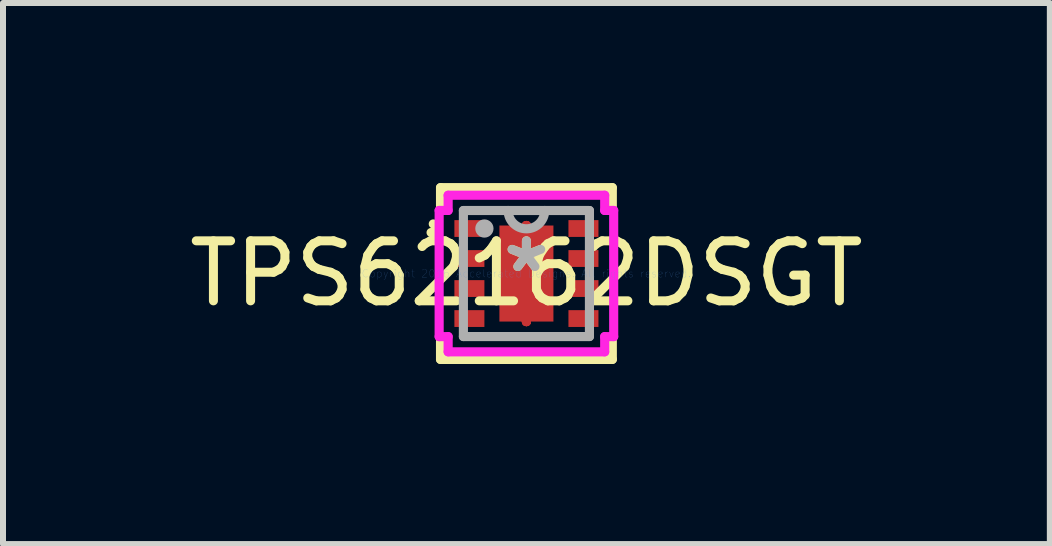
<source format=kicad_pcb>
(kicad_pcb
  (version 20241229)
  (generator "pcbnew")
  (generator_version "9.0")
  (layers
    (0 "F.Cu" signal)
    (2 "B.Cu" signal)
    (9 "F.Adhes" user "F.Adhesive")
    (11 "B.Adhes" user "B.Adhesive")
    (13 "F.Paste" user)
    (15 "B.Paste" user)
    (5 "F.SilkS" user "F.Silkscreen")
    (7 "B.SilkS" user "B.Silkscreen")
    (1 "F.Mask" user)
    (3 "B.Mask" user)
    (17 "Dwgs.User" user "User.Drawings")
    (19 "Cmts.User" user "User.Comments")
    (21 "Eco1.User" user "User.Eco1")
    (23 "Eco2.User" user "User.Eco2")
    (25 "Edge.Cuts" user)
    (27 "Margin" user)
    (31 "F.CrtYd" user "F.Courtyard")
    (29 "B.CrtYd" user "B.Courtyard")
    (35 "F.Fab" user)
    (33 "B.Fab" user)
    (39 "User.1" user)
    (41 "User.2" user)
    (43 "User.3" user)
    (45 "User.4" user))
  (footprint "TPS62162DSGT"
    (layer "F.Cu")
    (at 5.72 1.507)
    (property "Reference" "TPS62162DSGT" (at 0 0 0) (layer "F.SilkS") (effects (font (size 1 1) (thickness 0.15))))
    (attr through_hole)
    (fp_line (start 0 -0.8) (end 0 -0.8) (stroke (width 0.152) (type solid)) (layer "F.Cu"))
    (fp_line (start 0 -0.8) (end 0 -0.8) (stroke (width 0.152) (type solid)) (layer "F.Cu"))
    (fp_line (start 0 -0.8) (end 0 -0.8) (stroke (width 0.152) (type solid)) (layer "F.Cu"))
    (fp_line (start 0 -0.8) (end 0 -0.8) (stroke (width 0.152) (type solid)) (layer "F.Cu"))
    (fp_line (start 0 -0.8) (end 0 -0.8) (stroke (width 0.152) (type solid)) (layer "F.Cu"))
    (fp_line (start 0 -0.8) (end 0 -0.8) (stroke (width 0.152) (type solid)) (layer "F.Cu"))
    (fp_line (start 0 -0.8) (end 0 -0.8) (stroke (width 0.152) (type solid)) (layer "F.Cu"))
    (fp_line (start 0 -0.8) (end 0 -0.8) (stroke (width 0.152) (type solid)) (layer "F.Cu"))
    (fp_line (start 0 0.8) (end 0 0.8) (stroke (width 0.152) (type solid)) (layer "F.Cu"))
    (fp_line (start 0 0.8) (end 0 0.8) (stroke (width 0.152) (type solid)) (layer "F.Cu"))
    (fp_line (start 0 0.8) (end 0 0.8) (stroke (width 0.152) (type solid)) (layer "F.Cu"))
    (fp_line (start 0 0.8) (end 0 0.8) (stroke (width 0.152) (type solid)) (layer "F.Cu"))
    (fp_line (start 0 0.8) (end 0 0.8) (stroke (width 0.152) (type solid)) (layer "F.Cu"))
    (fp_line (start 0 0.8) (end 0 0.8) (stroke (width 0.152) (type solid)) (layer "F.Cu"))
    (fp_line (start 0 0.8) (end 0 0.8) (stroke (width 0.152) (type solid)) (layer "F.Cu"))
    (fp_line (start 0 0.8) (end 0 0.8) (stroke (width 0.152) (type solid)) (layer "F.Cu"))
    (fp_line (start -1.27 -0.96) (end -1.27 -0.54) (stroke (width 0.152) (type solid)) (layer "F.Mask"))
    (fp_line (start -1.27 -0.54) (end -0.63 -0.54) (stroke (width 0.152) (type solid)) (layer "F.Mask"))
    (fp_line (start -1.27 -0.46) (end -1.27 -0.04) (stroke (width 0.152) (type solid)) (layer "F.Mask"))
    (fp_line (start -1.27 -0.04) (end -0.63 -0.04) (stroke (width 0.152) (type solid)) (layer "F.Mask"))
    (fp_line (start -1.27 0.04) (end -1.27 0.46) (stroke (width 0.152) (type solid)) (layer "F.Mask"))
    (fp_line (start -1.27 0.46) (end -0.63 0.46) (stroke (width 0.152) (type solid)) (layer "F.Mask"))
    (fp_line (start -1.27 0.54) (end -1.27 0.96) (stroke (width 0.152) (type solid)) (layer "F.Mask"))
    (fp_line (start -1.27 0.96) (end -0.63 0.96) (stroke (width 0.152) (type solid)) (layer "F.Mask"))
    (fp_line (start -0.63 -0.96) (end -1.27 -0.96) (stroke (width 0.152) (type solid)) (layer "F.Mask"))
    (fp_line (start -0.63 -0.54) (end -0.63 -0.96) (stroke (width 0.152) (type solid)) (layer "F.Mask"))
    (fp_line (start -0.63 -0.46) (end -1.27 -0.46) (stroke (width 0.152) (type solid)) (layer "F.Mask"))
    (fp_line (start -0.63 -0.04) (end -0.63 -0.46) (stroke (width 0.152) (type solid)) (layer "F.Mask"))
    (fp_line (start -0.63 0.04) (end -1.27 0.04) (stroke (width 0.152) (type solid)) (layer "F.Mask"))
    (fp_line (start -0.63 0.46) (end -0.63 0.04) (stroke (width 0.152) (type solid)) (layer "F.Mask"))
    (fp_line (start -0.63 0.54) (end -1.27 0.54) (stroke (width 0.152) (type solid)) (layer "F.Mask"))
    (fp_line (start -0.63 0.96) (end -0.63 0.54) (stroke (width 0.152) (type solid)) (layer "F.Mask"))
    (fp_line (start -0.513 -0.864) (end -0.2 -0.864) (stroke (width 0.152) (type solid)) (layer "F.Mask"))
    (fp_line (start -0.513 -0.864) (end 0.513 -0.864) (stroke (width 0.152) (type solid)) (layer "F.Mask"))
    (fp_line (start -0.513 -0.594) (end -0.513 -0.864) (stroke (width 0.152) (type solid)) (layer "F.Mask"))
    (fp_line (start -0.513 -0.194) (end 0.513 -0.194) (stroke (width 0.152) (type solid)) (layer "F.Mask"))
    (fp_line (start -0.513 0.194) (end -0.513 -0.194) (stroke (width 0.152) (type solid)) (layer "F.Mask"))
    (fp_line (start -0.513 0.594) (end 0.513 0.594) (stroke (width 0.152) (type solid)) (layer "F.Mask"))
    (fp_line (start -0.513 0.864) (end -0.513 -0.864) (stroke (width 0.152) (type solid)) (layer "F.Mask"))
    (fp_line (start -0.513 0.864) (end -0.513 0.594) (stroke (width 0.152) (type solid)) (layer "F.Mask"))
    (fp_line (start -0.2 -0.864) (end -0.2 0.864) (stroke (width 0.152) (type solid)) (layer "F.Mask"))
    (fp_line (start -0.2 0.864) (end -0.513 0.864) (stroke (width 0.152) (type solid)) (layer "F.Mask"))
    (fp_line (start 0 -0.8) (end 0 -0.8) (stroke (width 0.152) (type solid)) (layer "F.Mask"))
    (fp_line (start 0 -0.8) (end 0 -0.8) (stroke (width 0.152) (type solid)) (layer "F.Mask"))
    (fp_line (start 0 -0.8) (end 0 -0.8) (stroke (width 0.152) (type solid)) (layer "F.Mask"))
    (fp_line (start 0 -0.8) (end 0 -0.8) (stroke (width 0.152) (type solid)) (layer "F.Mask"))
    (fp_line (start 0 -0.8) (end 0 -0.8) (stroke (width 0.152) (type solid)) (layer "F.Mask"))
    (fp_line (start 0 -0.8) (end 0 -0.8) (stroke (width 0.152) (type solid)) (layer "F.Mask"))
    (fp_line (start 0 -0.8) (end 0 -0.8) (stroke (width 0.152) (type solid)) (layer "F.Mask"))
    (fp_line (start 0 -0.8) (end 0 -0.8) (stroke (width 0.152) (type solid)) (layer "F.Mask"))
    (fp_line (start 0 0.8) (end 0 0.8) (stroke (width 0.152) (type solid)) (layer "F.Mask"))
    (fp_line (start 0 0.8) (end 0 0.8) (stroke (width 0.152) (type solid)) (layer "F.Mask"))
    (fp_line (start 0 0.8) (end 0 0.8) (stroke (width 0.152) (type solid)) (layer "F.Mask"))
    (fp_line (start 0 0.8) (end 0 0.8) (stroke (width 0.152) (type solid)) (layer "F.Mask"))
    (fp_line (start 0 0.8) (end 0 0.8) (stroke (width 0.152) (type solid)) (layer "F.Mask"))
    (fp_line (start 0 0.8) (end 0 0.8) (stroke (width 0.152) (type solid)) (layer "F.Mask"))
    (fp_line (start 0 0.8) (end 0 0.8) (stroke (width 0.152) (type solid)) (layer "F.Mask"))
    (fp_line (start 0 0.8) (end 0 0.8) (stroke (width 0.152) (type solid)) (layer "F.Mask"))
    (fp_line (start 0.2 -0.864) (end 0.513 -0.864) (stroke (width 0.152) (type solid)) (layer "F.Mask"))
    (fp_line (start 0.2 0.864) (end 0.2 -0.864) (stroke (width 0.152) (type solid)) (layer "F.Mask"))
    (fp_line (start 0.513 -0.864) (end 0.513 -0.594) (stroke (width 0.152) (type solid)) (layer "F.Mask"))
    (fp_line (start 0.513 -0.864) (end 0.513 0.864) (stroke (width 0.152) (type solid)) (layer "F.Mask"))
    (fp_line (start 0.513 -0.594) (end -0.513 -0.594) (stroke (width 0.152) (type solid)) (layer "F.Mask"))
    (fp_line (start 0.513 -0.194) (end 0.513 0.194) (stroke (width 0.152) (type solid)) (layer "F.Mask"))
    (fp_line (start 0.513 0.194) (end -0.513 0.194) (stroke (width 0.152) (type solid)) (layer "F.Mask"))
    (fp_line (start 0.513 0.594) (end 0.513 0.864) (stroke (width 0.152) (type solid)) (layer "F.Mask"))
    (fp_line (start 0.513 0.864) (end -0.513 0.864) (stroke (width 0.152) (type solid)) (layer "F.Mask"))
    (fp_line (start 0.513 0.864) (end 0.2 0.864) (stroke (width 0.152) (type solid)) (layer "F.Mask"))
    (fp_line (start 0.63 -0.96) (end 0.63 -0.54) (stroke (width 0.152) (type solid)) (layer "F.Mask"))
    (fp_line (start 0.63 -0.54) (end 1.27 -0.54) (stroke (width 0.152) (type solid)) (layer "F.Mask"))
    (fp_line (start 0.63 -0.46) (end 0.63 -0.04) (stroke (width 0.152) (type solid)) (layer "F.Mask"))
    (fp_line (start 0.63 -0.04) (end 1.27 -0.04) (stroke (width 0.152) (type solid)) (layer "F.Mask"))
    (fp_line (start 0.63 0.04) (end 0.63 0.46) (stroke (width 0.152) (type solid)) (layer "F.Mask"))
    (fp_line (start 0.63 0.46) (end 1.27 0.46) (stroke (width 0.152) (type solid)) (layer "F.Mask"))
    (fp_line (start 0.63 0.54) (end 0.63 0.96) (stroke (width 0.152) (type solid)) (layer "F.Mask"))
    (fp_line (start 0.63 0.96) (end 1.27 0.96) (stroke (width 0.152) (type solid)) (layer "F.Mask"))
    (fp_line (start 1.27 -0.96) (end 0.63 -0.96) (stroke (width 0.152) (type solid)) (layer "F.Mask"))
    (fp_line (start 1.27 -0.54) (end 1.27 -0.96) (stroke (width 0.152) (type solid)) (layer "F.Mask"))
    (fp_line (start 1.27 -0.46) (end 0.63 -0.46) (stroke (width 0.152) (type solid)) (layer "F.Mask"))
    (fp_line (start 1.27 -0.04) (end 1.27 -0.46) (stroke (width 0.152) (type solid)) (layer "F.Mask"))
    (fp_line (start 1.27 0.04) (end 0.63 0.04) (stroke (width 0.152) (type solid)) (layer "F.Mask"))
    (fp_line (start 1.27 0.46) (end 1.27 0.04) (stroke (width 0.152) (type solid)) (layer "F.Mask"))
    (fp_line (start 1.27 0.54) (end 0.63 0.54) (stroke (width 0.152) (type solid)) (layer "F.Mask"))
    (fp_line (start 1.27 0.96) (end 1.27 0.54) (stroke (width 0.152) (type solid)) (layer "F.Mask"))
    (fp_line (start -1.431 -1.431) (end -1.431 -1.129) (stroke (width 0.152) (type solid)) (layer "F.SilkS"))
    (fp_line (start -1.431 1.129) (end -1.431 1.431) (stroke (width 0.152) (type solid)) (layer "F.SilkS"))
    (fp_line (start -1.431 1.431) (end 1.431 1.431) (stroke (width 0.152) (type solid)) (layer "F.SilkS"))
    (fp_line (start 1.431 -1.431) (end -1.431 -1.431) (stroke (width 0.152) (type solid)) (layer "F.SilkS"))
    (fp_line (start 1.431 -1.129) (end 1.431 -1.431) (stroke (width 0.152) (type solid)) (layer "F.SilkS"))
    (fp_line (start 1.431 1.431) (end 1.431 1.129) (stroke (width 0.152) (type solid)) (layer "F.SilkS"))
    (fp_arc (start -1.5516 -0.8262) (mid -1.477771 -0.731141) (end -1.588145 -0.683135) (stroke (width 0.1524) (type solid)) (layer "F.SilkS"))
    (fp_line (start -1.175 -0.865) (end -1.175 -0.635) (stroke (width 0.152) (type solid)) (layer "F.Paste"))
    (fp_line (start -1.175 -0.635) (end -0.725 -0.635) (stroke (width 0.152) (type solid)) (layer "F.Paste"))
    (fp_line (start -1.175 -0.365) (end -1.175 -0.135) (stroke (width 0.152) (type solid)) (layer "F.Paste"))
    (fp_line (start -1.175 -0.135) (end -0.725 -0.135) (stroke (width 0.152) (type solid)) (layer "F.Paste"))
    (fp_line (start -1.175 0.135) (end -1.175 0.365) (stroke (width 0.152) (type solid)) (layer "F.Paste"))
    (fp_line (start -1.175 0.365) (end -0.725 0.365) (stroke (width 0.152) (type solid)) (layer "F.Paste"))
    (fp_line (start -1.175 0.635) (end -1.175 0.865) (stroke (width 0.152) (type solid)) (layer "F.Paste"))
    (fp_line (start -1.175 0.865) (end -0.725 0.865) (stroke (width 0.152) (type solid)) (layer "F.Paste"))
    (fp_line (start -0.725 -0.865) (end -1.175 -0.865) (stroke (width 0.152) (type solid)) (layer "F.Paste"))
    (fp_line (start -0.725 -0.635) (end -0.725 -0.865) (stroke (width 0.152) (type solid)) (layer "F.Paste"))
    (fp_line (start -0.725 -0.365) (end -1.175 -0.365) (stroke (width 0.152) (type solid)) (layer "F.Paste"))
    (fp_line (start -0.725 -0.135) (end -0.725 -0.365) (stroke (width 0.152) (type solid)) (layer "F.Paste"))
    (fp_line (start -0.725 0.135) (end -1.175 0.135) (stroke (width 0.152) (type solid)) (layer "F.Paste"))
    (fp_line (start -0.725 0.365) (end -0.725 0.135) (stroke (width 0.152) (type solid)) (layer "F.Paste"))
    (fp_line (start -0.725 0.635) (end -1.175 0.635) (stroke (width 0.152) (type solid)) (layer "F.Paste"))
    (fp_line (start -0.725 0.865) (end -0.725 0.635) (stroke (width 0.152) (type solid)) (layer "F.Paste"))
    (fp_line (start -0.375 -0.725) (end -0.375 -0.494) (stroke (width 0.152) (type solid)) (layer "F.Paste"))
    (fp_line (start -0.375 -0.494) (end -0.241 -0.494) (stroke (width 0.152) (type solid)) (layer "F.Paste"))
    (fp_line (start -0.375 -0.294) (end -0.375 0.294) (stroke (width 0.152) (type solid)) (layer "F.Paste"))
    (fp_line (start -0.375 0.294) (end -0.241 0.294) (stroke (width 0.152) (type solid)) (layer "F.Paste"))
    (fp_line (start -0.375 0.494) (end -0.375 0.725) (stroke (width 0.152) (type solid)) (layer "F.Paste"))
    (fp_line (start -0.375 0.725) (end -0.1 0.725) (stroke (width 0.152) (type solid)) (layer "F.Paste"))
    (fp_line (start -0.241 -0.494) (end -0.241 -0.494) (stroke (width 0.152) (type solid)) (layer "F.Paste"))
    (fp_line (start -0.241 -0.494) (end -0.1 -0.635) (stroke (width 0.152) (type solid)) (layer "F.Paste"))
    (fp_line (start -0.241 -0.294) (end -0.375 -0.294) (stroke (width 0.152) (type solid)) (layer "F.Paste"))
    (fp_line (start -0.241 -0.294) (end -0.241 -0.294) (stroke (width 0.152) (type solid)) (layer "F.Paste"))
    (fp_line (start -0.241 0.294) (end -0.241 0.294) (stroke (width 0.152) (type solid)) (layer "F.Paste"))
    (fp_line (start -0.241 0.294) (end -0.1 0.152) (stroke (width 0.152) (type solid)) (layer "F.Paste"))
    (fp_line (start -0.241 0.494) (end -0.375 0.494) (stroke (width 0.152) (type solid)) (layer "F.Paste"))
    (fp_line (start -0.241 0.494) (end -0.241 0.494) (stroke (width 0.152) (type solid)) (layer "F.Paste"))
    (fp_line (start -0.1 -0.725) (end -0.375 -0.725) (stroke (width 0.152) (type solid)) (layer "F.Paste"))
    (fp_line (start -0.1 -0.635) (end -0.1 -0.725) (stroke (width 0.152) (type solid)) (layer "F.Paste"))
    (fp_line (start -0.1 -0.635) (end -0.1 -0.635) (stroke (width 0.152) (type solid)) (layer "F.Paste"))
    (fp_line (start -0.1 -0.152) (end -0.241 -0.294) (stroke (width 0.152) (type solid)) (layer "F.Paste"))
    (fp_line (start -0.1 -0.152) (end -0.1 -0.152) (stroke (width 0.152) (type solid)) (layer "F.Paste"))
    (fp_line (start -0.1 0.152) (end -0.1 -0.152) (stroke (width 0.152) (type solid)) (layer "F.Paste"))
    (fp_line (start -0.1 0.152) (end -0.1 0.152) (stroke (width 0.152) (type solid)) (layer "F.Paste"))
    (fp_line (start -0.1 0.635) (end -0.241 0.494) (stroke (width 0.152) (type solid)) (layer "F.Paste"))
    (fp_line (start -0.1 0.635) (end -0.1 0.635) (stroke (width 0.152) (type solid)) (layer "F.Paste"))
    (fp_line (start -0.1 0.725) (end -0.1 0.635) (stroke (width 0.152) (type solid)) (layer "F.Paste"))
    (fp_line (start 0.1 -0.725) (end 0.1 -0.635) (stroke (width 0.152) (type solid)) (layer "F.Paste"))
    (fp_line (start 0.1 -0.635) (end 0.1 -0.635) (stroke (width 0.152) (type solid)) (layer "F.Paste"))
    (fp_line (start 0.1 -0.635) (end 0.241 -0.494) (stroke (width 0.152) (type solid)) (layer "F.Paste"))
    (fp_line (start 0.1 -0.152) (end 0.1 -0.152) (stroke (width 0.152) (type solid)) (layer "F.Paste"))
    (fp_line (start 0.1 -0.152) (end 0.1 0.152) (stroke (width 0.152) (type solid)) (layer "F.Paste"))
    (fp_line (start 0.1 0.152) (end 0.1 0.152) (stroke (width 0.152) (type solid)) (layer "F.Paste"))
    (fp_line (start 0.1 0.152) (end 0.241 0.294) (stroke (width 0.152) (type solid)) (layer "F.Paste"))
    (fp_line (start 0.1 0.635) (end 0.1 0.635) (stroke (width 0.152) (type solid)) (layer "F.Paste"))
    (fp_line (start 0.1 0.635) (end 0.1 0.725) (stroke (width 0.152) (type solid)) (layer "F.Paste"))
    (fp_line (start 0.1 0.725) (end 0.375 0.725) (stroke (width 0.152) (type solid)) (layer "F.Paste"))
    (fp_line (start 0.241 -0.494) (end 0.241 -0.494) (stroke (width 0.152) (type solid)) (layer "F.Paste"))
    (fp_line (start 0.241 -0.494) (end 0.375 -0.494) (stroke (width 0.152) (type solid)) (layer "F.Paste"))
    (fp_line (start 0.241 -0.294) (end 0.1 -0.152) (stroke (width 0.152) (type solid)) (layer "F.Paste"))
    (fp_line (start 0.241 -0.294) (end 0.241 -0.294) (stroke (width 0.152) (type solid)) (layer "F.Paste"))
    (fp_line (start 0.241 0.294) (end 0.241 0.294) (stroke (width 0.152) (type solid)) (layer "F.Paste"))
    (fp_line (start 0.241 0.294) (end 0.375 0.294) (stroke (width 0.152) (type solid)) (layer "F.Paste"))
    (fp_line (start 0.241 0.494) (end 0.1 0.635) (stroke (width 0.152) (type solid)) (layer "F.Paste"))
    (fp_line (start 0.241 0.494) (end 0.241 0.494) (stroke (width 0.152) (type solid)) (layer "F.Paste"))
    (fp_line (start 0.375 -0.725) (end 0.1 -0.725) (stroke (width 0.152) (type solid)) (layer "F.Paste"))
    (fp_line (start 0.375 -0.494) (end 0.375 -0.725) (stroke (width 0.152) (type solid)) (layer "F.Paste"))
    (fp_line (start 0.375 -0.294) (end 0.241 -0.294) (stroke (width 0.152) (type solid)) (layer "F.Paste"))
    (fp_line (start 0.375 0.294) (end 0.375 -0.294) (stroke (width 0.152) (type solid)) (layer "F.Paste"))
    (fp_line (start 0.375 0.494) (end 0.241 0.494) (stroke (width 0.152) (type solid)) (layer "F.Paste"))
    (fp_line (start 0.375 0.725) (end 0.375 0.494) (stroke (width 0.152) (type solid)) (layer "F.Paste"))
    (fp_line (start 0.725 -0.865) (end 0.725 -0.635) (stroke (width 0.152) (type solid)) (layer "F.Paste"))
    (fp_line (start 0.725 -0.635) (end 1.175 -0.635) (stroke (width 0.152) (type solid)) (layer "F.Paste"))
    (fp_line (start 0.725 -0.365) (end 0.725 -0.135) (stroke (width 0.152) (type solid)) (layer "F.Paste"))
    (fp_line (start 0.725 -0.135) (end 1.175 -0.135) (stroke (width 0.152) (type solid)) (layer "F.Paste"))
    (fp_line (start 0.725 0.135) (end 0.725 0.365) (stroke (width 0.152) (type solid)) (layer "F.Paste"))
    (fp_line (start 0.725 0.365) (end 1.175 0.365) (stroke (width 0.152) (type solid)) (layer "F.Paste"))
    (fp_line (start 0.725 0.635) (end 0.725 0.865) (stroke (width 0.152) (type solid)) (layer "F.Paste"))
    (fp_line (start 0.725 0.865) (end 1.175 0.865) (stroke (width 0.152) (type solid)) (layer "F.Paste"))
    (fp_line (start 1.175 -0.865) (end 0.725 -0.865) (stroke (width 0.152) (type solid)) (layer "F.Paste"))
    (fp_line (start 1.175 -0.635) (end 1.175 -0.865) (stroke (width 0.152) (type solid)) (layer "F.Paste"))
    (fp_line (start 1.175 -0.365) (end 0.725 -0.365) (stroke (width 0.152) (type solid)) (layer "F.Paste"))
    (fp_line (start 1.175 -0.135) (end 1.175 -0.365) (stroke (width 0.152) (type solid)) (layer "F.Paste"))
    (fp_line (start 1.175 0.135) (end 0.725 0.135) (stroke (width 0.152) (type solid)) (layer "F.Paste"))
    (fp_line (start 1.175 0.365) (end 1.175 0.135) (stroke (width 0.152) (type solid)) (layer "F.Paste"))
    (fp_line (start 1.175 0.635) (end 0.725 0.635) (stroke (width 0.152) (type solid)) (layer "F.Paste"))
    (fp_line (start 1.175 0.865) (end 1.175 0.635) (stroke (width 0.152) (type solid)) (layer "F.Paste"))
    (fp_circle (center 0 -0.394) (end 0.191 -0.394) (stroke (width 0.152) (type solid)) (fill no) (layer "Eco1.User"))
    (fp_circle (center 0 0.394) (end 0.191 0.394) (stroke (width 0.152) (type solid)) (fill no) (layer "Eco1.User"))
    (fp_line (start -1.454 -1.051) (end -1.304 -1.051) (stroke (width 0.152) (type solid)) (layer "F.CrtYd"))
    (fp_line (start -1.454 1.051) (end -1.454 -1.051) (stroke (width 0.152) (type solid)) (layer "F.CrtYd"))
    (fp_line (start -1.304 -1.304) (end 1.304 -1.304) (stroke (width 0.152) (type solid)) (layer "F.CrtYd"))
    (fp_line (start -1.304 -1.051) (end -1.304 -1.304) (stroke (width 0.152) (type solid)) (layer "F.CrtYd"))
    (fp_line (start -1.304 1.051) (end -1.454 1.051) (stroke (width 0.152) (type solid)) (layer "F.CrtYd"))
    (fp_line (start -1.304 1.304) (end -1.304 1.051) (stroke (width 0.152) (type solid)) (layer "F.CrtYd"))
    (fp_line (start 1.304 -1.304) (end 1.304 -1.051) (stroke (width 0.152) (type solid)) (layer "F.CrtYd"))
    (fp_line (start 1.304 -1.051) (end 1.454 -1.051) (stroke (width 0.152) (type solid)) (layer "F.CrtYd"))
    (fp_line (start 1.304 1.051) (end 1.304 1.304) (stroke (width 0.152) (type solid)) (layer "F.CrtYd"))
    (fp_line (start 1.304 1.304) (end -1.304 1.304) (stroke (width 0.152) (type solid)) (layer "F.CrtYd"))
    (fp_line (start 1.454 -1.051) (end 1.454 1.051) (stroke (width 0.152) (type solid)) (layer "F.CrtYd"))
    (fp_line (start 1.454 1.051) (end 1.304 1.051) (stroke (width 0.152) (type solid)) (layer "F.CrtYd"))
    (fp_line (start -1.05 -1.05) (end -1.05 1.05) (stroke (width 0.152) (type solid)) (layer "F.Fab"))
    (fp_line (start -1.05 1.05) (end 1.05 1.05) (stroke (width 0.152) (type solid)) (layer "F.Fab"))
    (fp_line (start 1.05 -1.05) (end -1.05 -1.05) (stroke (width 0.152) (type solid)) (layer "F.Fab"))
    (fp_line (start 1.05 1.05) (end 1.05 -1.05) (stroke (width 0.152) (type solid)) (layer "F.Fab"))
    (fp_arc (start 0.3048 -1.05) (mid 0 -0.7452) (end -0.3048 -1.05) (stroke (width 0.1524) (type solid)) (layer "F.Fab"))
    (fp_circle (center -0.7 -0.75) (end -0.624 -0.75) (stroke (width 0.152) (type solid)) (fill no) (layer "F.Fab"))
    (fp_text user "*" (at 0 0 0) (layer "F.SilkS") (effects (font (size 1 1) (thickness 0.15))))
    (fp_text user "Copyright 2016 Accelerated Designs. All rights reserved." (at 0 0 0) (layer "Cmts.User") (effects (font (size 0.127 0.127) (thickness 0.002))))
    (fp_text user "*" (at 0 0 0) (layer "F.Fab") (effects (font (size 1 1) (thickness 0.15))))
    (pad "1" smd rect (at -0.95 -0.75) (size 0.5 0.28) (layers "F.Cu" "F.Mask" "F.Paste"))
    (pad "2" smd rect (at -0.95 -0.25) (size 0.5 0.28) (layers "F.Cu" "F.Mask" "F.Paste"))
    (pad "3" smd rect (at -0.95 0.25) (size 0.5 0.28) (layers "F.Cu" "F.Mask" "F.Paste"))
    (pad "4" smd rect (at -0.95 0.75) (size 0.5 0.28) (layers "F.Cu" "F.Mask" "F.Paste"))
    (pad "5" smd rect (at 0.95 0.75) (size 0.5 0.28) (layers "F.Cu" "F.Mask" "F.Paste"))
    (pad "6" smd rect (at 0.95 0.25) (size 0.5 0.28) (layers "F.Cu" "F.Mask" "F.Paste"))
    (pad "7" smd rect (at 0.95 -0.25) (size 0.5 0.28) (layers "F.Cu" "F.Mask" "F.Paste"))
    (pad "8" smd rect (at 0.95 -0.75) (size 0.5 0.28) (layers "F.Cu" "F.Mask" "F.Paste"))
    (pad "9" smd rect (at 0 0) (size 0.9 1.6) (layers "F.Cu" "F.Mask" "F.Paste")))
  (gr_rect
    (start -3 -3)
    (end 14.44 6.014)
    (stroke (width 0.1) (type default))
    (fill no)
    (layer "Edge.Cuts")))
</source>
